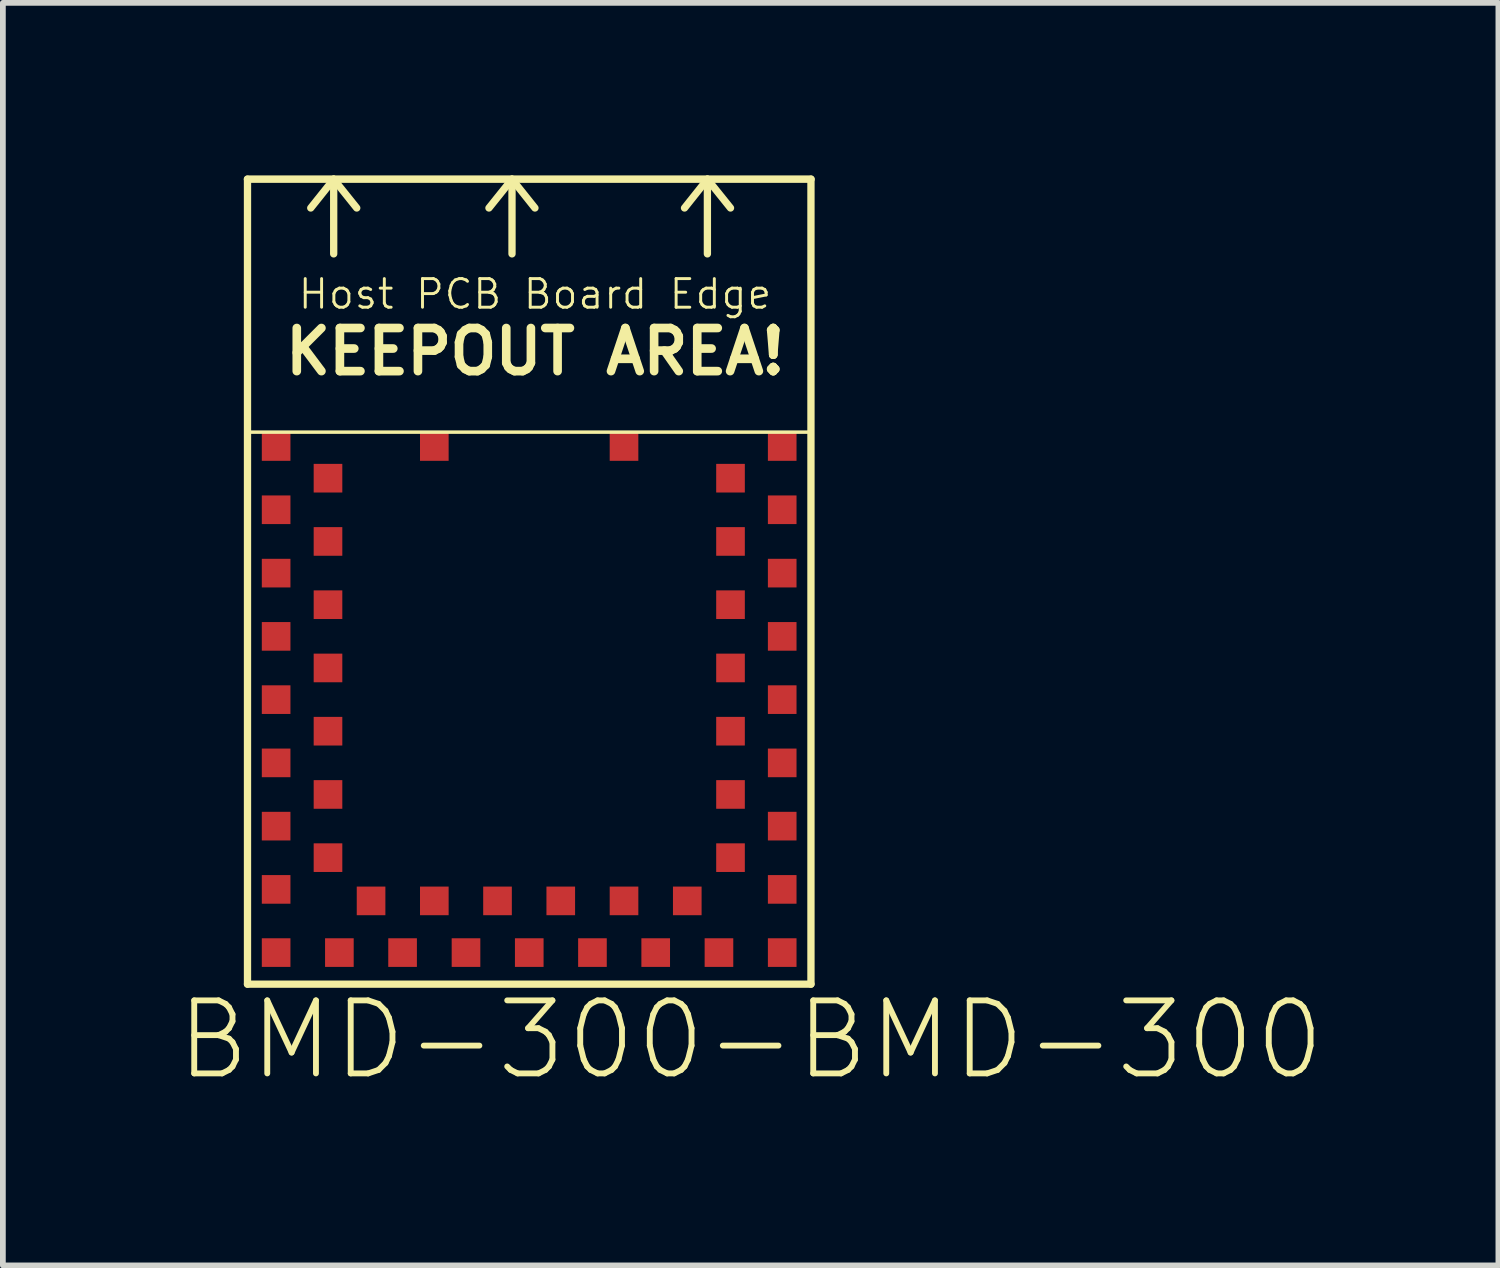
<source format=kicad_pcb>
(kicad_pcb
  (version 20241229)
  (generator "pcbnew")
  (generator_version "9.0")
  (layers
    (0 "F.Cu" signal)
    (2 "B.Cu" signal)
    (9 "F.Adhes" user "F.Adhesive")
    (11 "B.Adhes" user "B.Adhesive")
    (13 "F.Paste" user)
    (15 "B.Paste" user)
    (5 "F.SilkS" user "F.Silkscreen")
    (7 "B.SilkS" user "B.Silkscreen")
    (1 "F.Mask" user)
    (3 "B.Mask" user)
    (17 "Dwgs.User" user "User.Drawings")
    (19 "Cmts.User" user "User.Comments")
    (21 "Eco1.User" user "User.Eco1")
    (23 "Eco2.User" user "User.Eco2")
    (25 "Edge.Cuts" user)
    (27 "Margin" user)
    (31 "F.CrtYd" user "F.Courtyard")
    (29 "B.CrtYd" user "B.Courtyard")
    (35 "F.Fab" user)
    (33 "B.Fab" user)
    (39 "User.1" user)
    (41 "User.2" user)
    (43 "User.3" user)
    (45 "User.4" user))
  (footprint "BMD-300-BMD-300"
    (layer "F.Cu")
    (at 1.254 14.065)
    (property "Reference" "BMD-300-BMD-300" (at 8.75 0.97 0) (layer "F.SilkS") (effects (font (size 1.27 1.27) (thickness 0.102))))
    (attr smd)
    (fp_line (start 0 -14) (end 9.8 -14) (stroke (width 0.13) (type solid)) (layer "F.SilkS"))
    (fp_line (start 0 -13.998) (end 0 0) (stroke (width 0.1) (type solid)) (layer "F.SilkS"))
    (fp_line (start 0 -13.998) (end 0 0) (stroke (width 0.127) (type solid)) (layer "F.SilkS"))
    (fp_line (start 0 -9.6) (end 9.8 -9.6) (stroke (width 0.06) (type solid)) (layer "F.SilkS"))
    (fp_line (start 0 0) (end 9.799 0) (stroke (width 0.1) (type solid)) (layer "F.SilkS"))
    (fp_line (start 0 0) (end 9.799 0) (stroke (width 0.127) (type solid)) (layer "F.SilkS"))
    (fp_line (start 1.499 -13.998) (end 1.1 -13.498) (stroke (width 0.127) (type solid)) (layer "F.SilkS"))
    (fp_line (start 1.499 -13.998) (end 1.499 -12.7) (stroke (width 0.127) (type solid)) (layer "F.SilkS"))
    (fp_line (start 1.499 -13.998) (end 1.9 -13.498) (stroke (width 0.127) (type solid)) (layer "F.SilkS"))
    (fp_line (start 4.6 -13.998) (end 4.199 -13.498) (stroke (width 0.127) (type solid)) (layer "F.SilkS"))
    (fp_line (start 4.6 -13.998) (end 4.6 -12.7) (stroke (width 0.127) (type solid)) (layer "F.SilkS"))
    (fp_line (start 4.6 -13.998) (end 4.999 -13.498) (stroke (width 0.127) (type solid)) (layer "F.SilkS"))
    (fp_line (start 7.998 -13.998) (end 7.6 -13.498) (stroke (width 0.127) (type solid)) (layer "F.SilkS"))
    (fp_line (start 7.998 -13.998) (end 7.998 -12.7) (stroke (width 0.127) (type solid)) (layer "F.SilkS"))
    (fp_line (start 7.998 -13.998) (end 8.4 -13.498) (stroke (width 0.127) (type solid)) (layer "F.SilkS"))
    (fp_line (start 9.799 0) (end 9.799 -13.998) (stroke (width 0.1) (type solid)) (layer "F.SilkS"))
    (fp_line (start 9.799 0) (end 9.799 -13.998) (stroke (width 0.127) (type solid)) (layer "F.SilkS"))
    (fp_text user "KEEPOUT AREA!" (at 5 -11 0) (layer "F.SilkS") (effects (font (size 0.75 0.75) (thickness 0.15))))
    (fp_text user "Host PCB Board Edge" (at 5 -12 0) (layer "F.SilkS") (effects (font (size 0.498 0.498) (thickness 0.051))))
    (pad "P1" smd rect (at 0.498 -9.35) (size 0.498 0.498) (layers "F.Cu" "F.Mask" "F.Paste"))
    (pad "P2" smd rect (at 1.4 -8.799) (size 0.498 0.498) (layers "F.Cu" "F.Mask" "F.Paste"))
    (pad "P3" smd rect (at 0.498 -8.25) (size 0.498 0.498) (layers "F.Cu" "F.Mask" "F.Paste"))
    (pad "P4" smd rect (at 1.4 -7.699) (size 0.498 0.498) (layers "F.Cu" "F.Mask" "F.Paste"))
    (pad "P5" smd rect (at 0.498 -7.148) (size 0.498 0.498) (layers "F.Cu" "F.Mask" "F.Paste"))
    (pad "P6" smd rect (at 1.4 -6.599) (size 0.498 0.498) (layers "F.Cu" "F.Mask" "F.Paste"))
    (pad "P7" smd rect (at 0.498 -6.048) (size 0.498 0.498) (layers "F.Cu" "F.Mask" "F.Paste"))
    (pad "P8" smd rect (at 1.4 -5.499) (size 0.498 0.498) (layers "F.Cu" "F.Mask" "F.Paste"))
    (pad "P9" smd rect (at 0.498 -4.948) (size 0.498 0.498) (layers "F.Cu" "F.Mask" "F.Paste"))
    (pad "P10" smd rect (at 1.4 -4.399) (size 0.498 0.498) (layers "F.Cu" "F.Mask" "F.Paste"))
    (pad "P11" smd rect (at 0.498 -3.848) (size 0.498 0.498) (layers "F.Cu" "F.Mask" "F.Paste"))
    (pad "P12" smd rect (at 1.4 -3.299) (size 0.498 0.498) (layers "F.Cu" "F.Mask" "F.Paste"))
    (pad "P13" smd rect (at 0.498 -2.748) (size 0.498 0.498) (layers "F.Cu" "F.Mask" "F.Paste"))
    (pad "P14" smd rect (at 1.4 -2.2) (size 0.498 0.498) (layers "F.Cu" "F.Mask" "F.Paste"))
    (pad "P15" smd rect (at 0.498 -1.648) (size 0.498 0.498) (layers "F.Cu" "F.Mask" "F.Paste"))
    (pad "P16" smd rect (at 0.498 -0.549) (size 0.498 0.498) (layers "F.Cu" "F.Mask" "F.Paste"))
    (pad "P17" smd rect (at 1.598 -0.549) (size 0.498 0.498) (layers "F.Cu" "F.Mask" "F.Paste"))
    (pad "P18" smd rect (at 2.149 -1.448) (size 0.498 0.498) (layers "F.Cu" "F.Mask" "F.Paste"))
    (pad "P19" smd rect (at 2.697 -0.549) (size 0.498 0.498) (layers "F.Cu" "F.Mask" "F.Paste"))
    (pad "P20" smd rect (at 3.249 -1.448) (size 0.498 0.498) (layers "F.Cu" "F.Mask" "F.Paste"))
    (pad "P21" smd rect (at 3.8 -0.549) (size 0.498 0.498) (layers "F.Cu" "F.Mask" "F.Paste"))
    (pad "P22" smd rect (at 4.348 -1.448) (size 0.498 0.498) (layers "F.Cu" "F.Mask" "F.Paste"))
    (pad "P23" smd rect (at 4.9 -0.549) (size 0.498 0.498) (layers "F.Cu" "F.Mask" "F.Paste"))
    (pad "P24" smd rect (at 5.448 -1.448) (size 0.498 0.498) (layers "F.Cu" "F.Mask" "F.Paste"))
    (pad "P25" smd rect (at 5.999 -0.549) (size 0.498 0.498) (layers "F.Cu" "F.Mask" "F.Paste"))
    (pad "P26" smd rect (at 6.548 -1.448) (size 0.498 0.498) (layers "F.Cu" "F.Mask" "F.Paste"))
    (pad "P27" smd rect (at 7.099 -0.549) (size 0.498 0.498) (layers "F.Cu" "F.Mask" "F.Paste"))
    (pad "P28" smd rect (at 7.648 -1.448) (size 0.498 0.498) (layers "F.Cu" "F.Mask" "F.Paste"))
    (pad "P29" smd rect (at 8.199 -0.549) (size 0.498 0.498) (layers "F.Cu" "F.Mask" "F.Paste"))
    (pad "P30" smd rect (at 9.299 -0.549) (size 0.498 0.498) (layers "F.Cu" "F.Mask" "F.Paste"))
    (pad "P31" smd rect (at 9.299 -1.648) (size 0.498 0.498) (layers "F.Cu" "F.Mask" "F.Paste"))
    (pad "P32" smd rect (at 8.4 -2.2) (size 0.498 0.498) (layers "F.Cu" "F.Mask" "F.Paste"))
    (pad "P33" smd rect (at 9.299 -2.748) (size 0.498 0.498) (layers "F.Cu" "F.Mask" "F.Paste"))
    (pad "P34" smd rect (at 8.4 -3.299) (size 0.498 0.498) (layers "F.Cu" "F.Mask" "F.Paste"))
    (pad "P35" smd rect (at 9.299 -3.848) (size 0.498 0.498) (layers "F.Cu" "F.Mask" "F.Paste"))
    (pad "P36" smd rect (at 8.4 -4.399) (size 0.498 0.498) (layers "F.Cu" "F.Mask" "F.Paste"))
    (pad "P37" smd rect (at 9.299 -4.948) (size 0.498 0.498) (layers "F.Cu" "F.Mask" "F.Paste"))
    (pad "P38" smd rect (at 8.4 -5.499) (size 0.498 0.498) (layers "F.Cu" "F.Mask" "F.Paste"))
    (pad "P39" smd rect (at 9.299 -6.048) (size 0.498 0.498) (layers "F.Cu" "F.Mask" "F.Paste"))
    (pad "P40" smd rect (at 8.4 -6.599) (size 0.498 0.498) (layers "F.Cu" "F.Mask" "F.Paste"))
    (pad "P41" smd rect (at 9.299 -7.148) (size 0.498 0.498) (layers "F.Cu" "F.Mask" "F.Paste"))
    (pad "P42" smd rect (at 8.4 -7.699) (size 0.498 0.498) (layers "F.Cu" "F.Mask" "F.Paste"))
    (pad "P43" smd rect (at 9.299 -8.25) (size 0.498 0.498) (layers "F.Cu" "F.Mask" "F.Paste"))
    (pad "P44" smd rect (at 8.4 -8.799) (size 0.498 0.498) (layers "F.Cu" "F.Mask" "F.Paste"))
    (pad "P45" smd rect (at 9.299 -9.35) (size 0.498 0.498) (layers "F.Cu" "F.Mask" "F.Paste"))
    (pad "P46" smd rect (at 6.548 -9.35) (size 0.498 0.498) (layers "F.Cu" "F.Mask" "F.Paste"))
    (pad "P47" smd rect (at 3.249 -9.35) (size 0.498 0.498) (layers "F.Cu" "F.Mask" "F.Paste")))
  (gr_rect
    (start -3 -3)
    (end 23.008 18.956)
    (stroke (width 0.1) (type default))
    (fill no)
    (layer "Edge.Cuts")))
</source>
